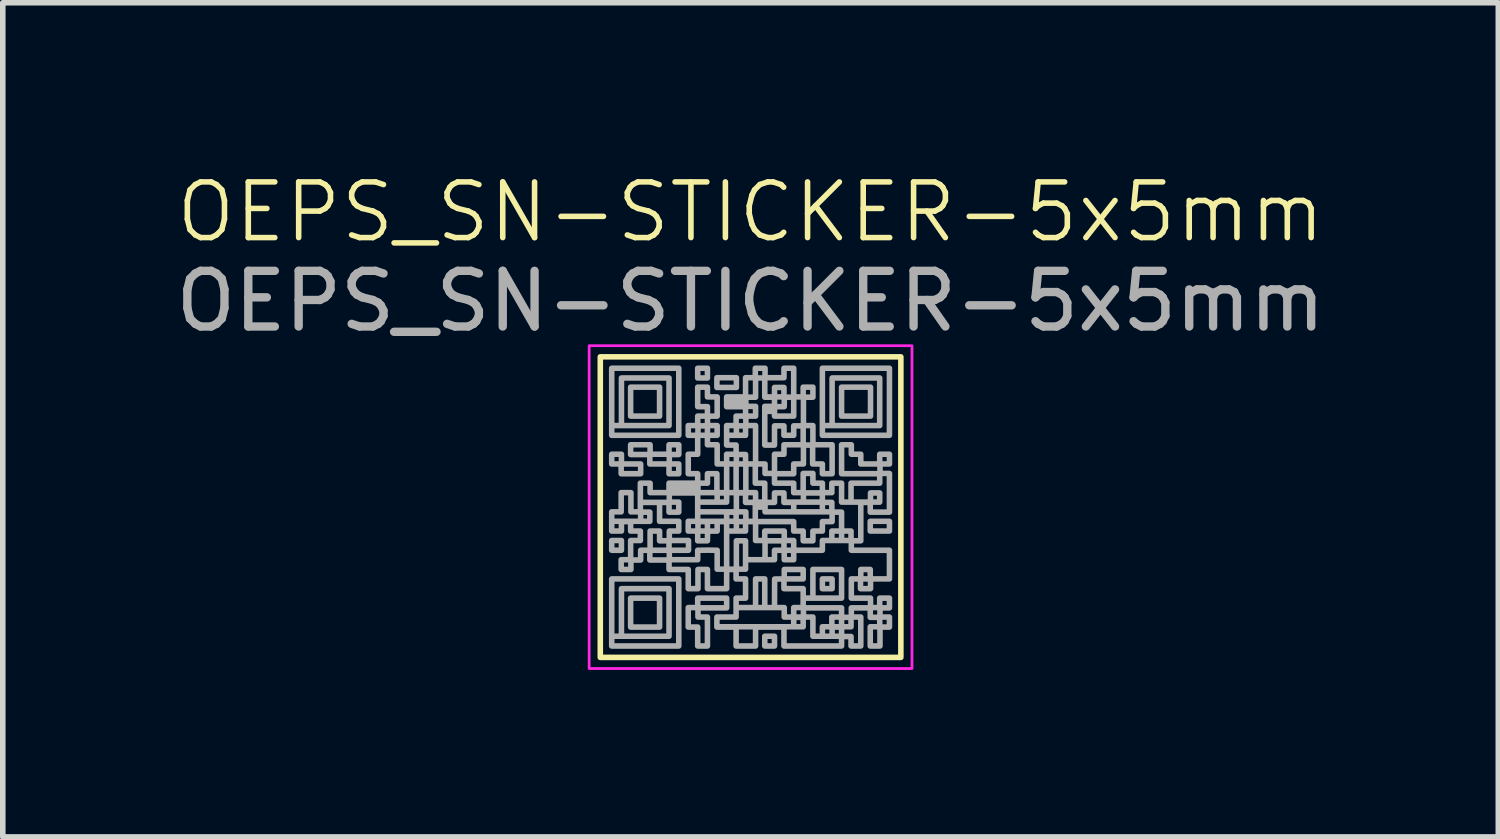
<source format=kicad_pcb>
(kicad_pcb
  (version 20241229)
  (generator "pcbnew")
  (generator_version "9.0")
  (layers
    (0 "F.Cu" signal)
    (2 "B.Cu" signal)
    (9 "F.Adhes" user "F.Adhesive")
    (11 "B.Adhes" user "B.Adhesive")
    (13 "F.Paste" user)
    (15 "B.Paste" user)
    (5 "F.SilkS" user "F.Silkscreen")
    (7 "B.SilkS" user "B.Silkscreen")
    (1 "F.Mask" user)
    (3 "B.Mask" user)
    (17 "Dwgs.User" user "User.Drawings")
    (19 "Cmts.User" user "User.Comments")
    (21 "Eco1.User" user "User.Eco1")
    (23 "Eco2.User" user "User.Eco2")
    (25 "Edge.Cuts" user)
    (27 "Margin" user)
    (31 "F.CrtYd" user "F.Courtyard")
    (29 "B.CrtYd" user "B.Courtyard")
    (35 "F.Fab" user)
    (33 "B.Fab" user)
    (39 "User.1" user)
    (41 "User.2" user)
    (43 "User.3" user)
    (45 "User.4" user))
  (footprint "OEPS_SN-STICKER-5x5mm"
    (layer "F.Cu")
    (at 10.435 6.061)
    (property "Reference" "OEPS_SN-STICKER-5x5mm" (at 0 -5.3 0) (unlocked yes) (layer "F.SilkS") (effects (font (size 1 1) (thickness 0.1))))
    (attr smd exclude_from_pos_files exclude_from_bom dnp)
    (fp_rect (start -2.7 -2.7) (end 2.7 2.7) (stroke (width 0.1) (type default)) (fill no) (layer "F.SilkS"))
    (fp_rect (start -2.9 -2.9) (end 2.9 2.9) (stroke (width 0.05) (type default)) (fill no) (layer "F.CrtYd"))
    (fp_poly (pts (xy -2.32 0.688) (xy -2.32 0.775) (xy -2.408 0.775) (xy -2.495 0.775) (xy -2.495 0.688) (xy -2.495 0.6) (xy -2.408 0.6) (xy -2.32 0.6)) (stroke (width 0.1) (type solid)) (fill no) (layer "F.Fab"))
    (fp_poly (pts (xy -1.635 -1.895) (xy -1.635 -1.635) (xy -1.895 -1.635) (xy -2.155 -1.635) (xy -2.155 -1.895) (xy -2.155 -2.155) (xy -1.895 -2.155) (xy -1.635 -2.155)) (stroke (width 0.1) (type solid)) (fill no) (layer "F.Fab"))
    (fp_poly (pts (xy -1.635 1.895) (xy -1.635 2.155) (xy -1.895 2.155) (xy -2.155 2.155) (xy -2.155 1.895) (xy -2.155 1.635) (xy -1.895 1.635) (xy -1.635 1.635)) (stroke (width 0.1) (type solid)) (fill no) (layer "F.Fab"))
    (fp_poly (pts (xy -0.775 -2.408) (xy -0.775 -2.32) (xy -0.863 -2.32) (xy -0.95 -2.32) (xy -0.95 -2.408) (xy -0.95 -2.495) (xy -0.863 -2.495) (xy -0.775 -2.495)) (stroke (width 0.1) (type solid)) (fill no) (layer "F.Fab"))
    (fp_poly (pts (xy -0.255 -2.237) (xy -0.255 -2.15) (xy -0.43 -2.15) (xy -0.605 -2.15) (xy -0.605 -2.237) (xy -0.605 -2.325) (xy -0.43 -2.325) (xy -0.255 -2.325)) (stroke (width 0.1) (type solid)) (fill no) (layer "F.Fab"))
    (fp_poly (pts (xy 0.43 2.408) (xy 0.43 2.495) (xy 0.343 2.495) (xy 0.255 2.495) (xy 0.255 2.408) (xy 0.255 2.32) (xy 0.343 2.32) (xy 0.43 2.32)) (stroke (width 0.1) (type solid)) (fill no) (layer "F.Fab"))
    (fp_poly (pts (xy 1.465 1.377) (xy 1.465 1.465) (xy 1.377 1.465) (xy 1.29 1.465) (xy 1.29 1.377) (xy 1.29 1.29) (xy 1.377 1.29) (xy 1.465 1.29)) (stroke (width 0.1) (type solid)) (fill no) (layer "F.Fab"))
    (fp_poly (pts (xy 2.155 -1.895) (xy 2.155 -1.635) (xy 1.895 -1.635) (xy 1.635 -1.635) (xy 1.635 -1.895) (xy 1.635 -2.155) (xy 1.895 -2.155) (xy 2.155 -2.155)) (stroke (width 0.1) (type solid)) (fill no) (layer "F.Fab"))
    (fp_poly (pts (xy 2.495 0.343) (xy 2.495 0.43) (xy 2.322 0.43) (xy 2.15 0.43) (xy 2.15 0.343) (xy 2.15 0.255) (xy 2.322 0.255) (xy 2.495 0.255)) (stroke (width 0.1) (type solid)) (fill no) (layer "F.Fab"))
    (fp_poly (pts (xy -2.32 -0.863) (xy -2.32 -0.775) (xy -2.147 -0.775) (xy -1.975 -0.775) (xy -1.975 -0.688) (xy -1.975 -0.6) (xy -2.15 -0.6) (xy -2.325 -0.6) (xy -2.325 -0.688) (xy -2.325 -0.775) (xy -2.41 -0.775) (xy -2.495 -0.775) (xy -2.495 -0.863) (xy -2.495 -0.95) (xy -2.408 -0.95) (xy -2.32 -0.95)) (stroke (width 0.1) (type solid)) (fill no) (layer "F.Fab"))
    (fp_poly (pts (xy -1.29 -1.893) (xy -1.29 -1.29) (xy -1.893 -1.29) (xy -2.495 -1.29) (xy -2.495 -1.893) (xy -2.32 -1.893) (xy -2.32 -1.465) (xy -1.893 -1.465) (xy -1.465 -1.465) (xy -1.465 -1.893) (xy -1.465 -2.32) (xy -1.893 -2.32) (xy -2.32 -2.32) (xy -2.32 -1.893) (xy -2.495 -1.893) (xy -2.495 -2.495) (xy -1.893 -2.495) (xy -1.29 -2.495)) (stroke (width 0.1) (type solid)) (fill no) (layer "F.Fab"))
    (fp_poly (pts (xy -1.29 1.893) (xy -1.29 2.495) (xy -1.893 2.495) (xy -2.495 2.495) (xy -2.495 1.893) (xy -2.32 1.893) (xy -2.32 2.32) (xy -1.893 2.32) (xy -1.465 2.32) (xy -1.465 1.893) (xy -1.465 1.465) (xy -1.893 1.465) (xy -2.32 1.465) (xy -2.32 1.893) (xy -2.495 1.893) (xy -2.495 1.29) (xy -1.893 1.29) (xy -1.29 1.29)) (stroke (width 0.1) (type solid)) (fill no) (layer "F.Fab"))
    (fp_poly (pts (xy 2.495 -1.893) (xy 2.495 -1.29) (xy 1.893 -1.29) (xy 1.29 -1.29) (xy 1.29 -1.893) (xy 1.465 -1.893) (xy 1.465 -1.465) (xy 1.893 -1.465) (xy 2.32 -1.465) (xy 2.32 -1.893) (xy 2.32 -2.32) (xy 1.893 -2.32) (xy 1.465 -2.32) (xy 1.465 -1.893) (xy 1.29 -1.893) (xy 1.29 -2.495) (xy 1.893 -2.495) (xy 2.495 -2.495)) (stroke (width 0.1) (type solid)) (fill no) (layer "F.Fab"))
    (fp_poly (pts (xy -0.43 1.722) (xy -0.43 1.81) (xy -0.688 1.81) (xy -0.945 1.81) (xy -0.945 1.893) (xy -0.945 1.975) (xy -0.86 1.975) (xy -0.775 1.975) (xy -0.775 2.062) (xy -0.775 2.1) (xy -0.775 2.144) (xy -0.775 2.188) (xy -0.775 2.227) (xy -0.775 2.237) (xy -0.775 2.275) (xy -0.775 2.318) (xy -0.775 2.361) (xy -0.775 2.4) (xy -0.775 2.41) (xy -0.775 2.495) (xy -0.863 2.495) (xy -0.95 2.495) (xy -0.95 2.325) (xy -0.95 2.155) (xy -1.035 2.155) (xy -1.12 2.155) (xy -1.12 1.98) (xy -1.12 1.805) (xy -1.035 1.805) (xy -0.95 1.805) (xy -0.95 1.72) (xy -0.95 1.635) (xy -0.69 1.635) (xy -0.43 1.635)) (stroke (width 0.1) (type solid)) (fill no) (layer "F.Fab"))
    (fp_poly (pts (xy -1.805 -1.035) (xy -1.805 -0.95) (xy -1.635 -0.95) (xy -1.465 -0.95) (xy -1.465 -1.035) (xy -1.465 -1.12) (xy -1.377 -1.12) (xy -1.29 -1.12) (xy -1.29 -1.032) (xy -1.29 -0.945) (xy -1.375 -0.945) (xy -1.46 -0.945) (xy -1.46 -0.86) (xy -1.46 -0.775) (xy -1.375 -0.775) (xy -1.29 -0.775) (xy -1.29 -0.688) (xy -1.29 -0.6) (xy -1.377 -0.6) (xy -1.465 -0.6) (xy -1.465 -0.688) (xy -1.465 -0.775) (xy -1.549 -0.775) (xy -1.585 -0.775) (xy -1.626 -0.775) (xy -1.669 -0.775) (xy -1.709 -0.775) (xy -1.721 -0.775) (xy -1.81 -0.775) (xy -1.81 -0.86) (xy -1.81 -0.945) (xy -1.982 -0.945) (xy -2.155 -0.945) (xy -2.155 -1.032) (xy -2.155 -1.12) (xy -1.98 -1.12) (xy -1.805 -1.12)) (stroke (width 0.1) (type solid)) (fill no) (layer "F.Fab"))
    (fp_poly (pts (xy 0.26 -2.41) (xy 0.26 -2.325) (xy 0.43 -2.325) (xy 0.6 -2.325) (xy 0.6 -2.41) (xy 0.6 -2.495) (xy 0.688 -2.495) (xy 0.775 -2.495) (xy 0.775 -2.237) (xy 0.775 -1.98) (xy 0.86 -1.98) (xy 0.945 -1.98) (xy 0.945 -2.067) (xy 0.945 -2.155) (xy 1.032 -2.155) (xy 1.12 -2.155) (xy 1.12 -2.065) (xy 1.12 -1.975) (xy 1.035 -1.975) (xy 0.95 -1.975) (xy 0.95 -1.72) (xy 0.95 -1.465) (xy 1.035 -1.465) (xy 1.12 -1.465) (xy 1.12 -1.292) (xy 1.12 -1.12) (xy 1.292 -1.12) (xy 1.465 -1.12) (xy 1.465 -0.86) (xy 1.465 -0.6) (xy 1.377 -0.6) (xy 1.29 -0.6) (xy 1.29 -0.688) (xy 1.29 -0.775) (xy 1.202 -0.775) (xy 1.115 -0.775) (xy 1.115 -0.945) (xy 1.115 -1.115) (xy 1.032 -1.115) (xy 0.95 -1.115) (xy 0.95 -0.945) (xy 0.95 -0.775) (xy 0.863 -0.775) (xy 0.775 -0.775) (xy 0.775 -0.688) (xy 0.775 -0.6) (xy 0.603 -0.6) (xy 0.43 -0.6) (xy 0.43 -0.515) (xy 0.43 -0.43) (xy 0.603 -0.43) (xy 0.775 -0.43) (xy 0.775 -0.345) (xy 0.775 -0.26) (xy 0.86 -0.26) (xy 0.945 -0.26) (xy 0.945 -0.432) (xy 0.945 -0.605) (xy 1.032 -0.605) (xy 1.12 -0.605) (xy 1.12 -0.517) (xy 1.12 -0.43) (xy 1.205 -0.43) (xy 1.29 -0.43) (xy 1.29 -0.345) (xy 1.29 -0.26) (xy 1.375 -0.26) (xy 1.46 -0.26) (xy 1.46 -0.345) (xy 1.46 -0.43) (xy 1.548 -0.43) (xy 1.635 -0.43) (xy 1.635 -0.26) (xy 1.635 -0.09) (xy 1.72 -0.09) (xy 1.805 -0.09) (xy 1.805 -0.172) (xy 2.155 -0.172) (xy 2.155 -0.09) (xy 2.237 -0.09) (xy 2.32 -0.09) (xy 2.32 -0.172) (xy 2.32 -0.255) (xy 2.237 -0.255) (xy 2.155 -0.255) (xy 2.155 -0.172) (xy 1.805 -0.172) (xy 1.805 -0.26) (xy 1.805 -0.43) (xy 2.062 -0.43) (xy 2.32 -0.43) (xy 2.32 -0.515) (xy 2.32 -0.6) (xy 1.978 -0.6) (xy 1.635 -0.6) (xy 1.635 -0.86) (xy 1.635 -1.12) (xy 1.722 -1.12) (xy 1.81 -1.12) (xy 1.81 -1.035) (xy 1.81 -0.95) (xy 1.895 -0.95) (xy 1.98 -0.95) (xy 1.98 -0.863) (xy 1.98 -0.775) (xy 2.15 -0.775) (xy 2.32 -0.775) (xy 2.32 -0.863) (xy 2.32 -0.95) (xy 2.408 -0.95) (xy 2.495 -0.95) (xy 2.495 -0.863) (xy 2.495 -0.775) (xy 2.41 -0.775) (xy 2.325 -0.775) (xy 2.325 -0.69) (xy 2.325 -0.605) (xy 2.41 -0.605) (xy 2.495 -0.605) (xy 2.495 -0.258) (xy 2.495 0.09) (xy 2.322 0.09) (xy 2.15 0.09) (xy 2.15 0.003) (xy 2.15 -0.085) (xy 2.065 -0.085) (xy 1.98 -0.085) (xy 1.98 0.26) (xy 1.98 0.605) (xy 1.895 0.605) (xy 1.81 0.605) (xy 1.81 0.69) (xy 1.81 0.775) (xy 2.066 0.775) (xy 2.119 0.775) (xy 2.173 0.775) (xy 2.224 0.775) (xy 2.273 0.775) (xy 2.317 0.775) (xy 2.355 0.775) (xy 2.386 0.775) (xy 2.409 0.775) (xy 2.409 0.775) (xy 2.495 0.775) (xy 2.495 1.032) (xy 2.495 1.29) (xy 2.409 1.29) (xy 2.371 1.29) (xy 2.329 1.29) (xy 2.286 1.29) (xy 2.248 1.29) (xy 2.239 1.29) (xy 2.155 1.29) (xy 2.155 1.377) (xy 2.155 1.465) (xy 2.065 1.465) (xy 1.975 1.465) (xy 1.975 1.377) (xy 1.975 1.29) (xy 1.893 1.29) (xy 1.81 1.29) (xy 1.81 1.462) (xy 1.81 1.635) (xy 1.982 1.635) (xy 2.155 1.635) (xy 2.155 1.72) (xy 2.155 1.805) (xy 2.237 1.805) (xy 2.32 1.805) (xy 2.32 1.72) (xy 2.32 1.635) (xy 2.408 1.635) (xy 2.495 1.635) (xy 2.495 1.722) (xy 2.495 1.81) (xy 2.41 1.81) (xy 2.325 1.81) (xy 2.325 1.893) (xy 2.325 1.975) (xy 2.41 1.975) (xy 2.495 1.975) (xy 2.495 2.065) (xy 2.495 2.155) (xy 2.41 2.155) (xy 2.325 2.155) (xy 2.325 2.325) (xy 2.325 2.495) (xy 2.237 2.495) (xy 2.15 2.495) (xy 2.15 2.322) (xy 2.15 2.15) (xy 2.235 2.15) (xy 2.32 2.15) (xy 2.32 2.065) (xy 2.32 1.98) (xy 2.235 1.98) (xy 2.15 1.98) (xy 2.15 1.895) (xy 2.15 1.81) (xy 1.98 1.81) (xy 1.81 1.81) (xy 1.81 1.893) (xy 1.81 1.975) (xy 1.895 1.975) (xy 1.98 1.975) (xy 1.98 2.235) (xy 1.98 2.495) (xy 1.893 2.495) (xy 1.805 2.495) (xy 1.805 2.41) (xy 1.805 2.325) (xy 1.72 2.325) (xy 1.635 2.325) (xy 1.635 2.41) (xy 1.635 2.495) (xy 1.117 2.495) (xy 0.6 2.495) (xy 0.6 2.325) (xy 0.6 2.155) (xy 0.345 2.155) (xy 0.09 2.155) (xy 0.09 2.325) (xy 0.09 2.495) (xy -0.085 2.495) (xy -0.26 2.495) (xy -0.26 2.325) (xy -0.26 2.155) (xy -0.432 2.155) (xy -0.605 2.155) (xy -0.605 2.065) (xy 0.775 2.065) (xy 0.775 2.15) (xy 0.86 2.15) (xy 0.945 2.15) (xy 0.945 2.065) (xy 0.945 1.98) (xy 0.86 1.98) (xy 0.775 1.98) (xy 0.775 2.065) (xy -0.605 2.065) (xy -0.605 1.975) (xy -0.432 1.975) (xy -0.26 1.975) (xy -0.26 1.805) (xy -0.26 1.635) (xy -0.175 1.635) (xy -0.09 1.635) (xy -0.09 1.548) (xy 0.09 1.548) (xy 0.09 1.805) (xy 0.172 1.805) (xy 0.255 1.805) (xy 0.43 1.805) (xy 0.517 1.805) (xy 0.605 1.805) (xy 0.605 1.89) (xy 0.605 1.975) (xy 0.69 1.975) (xy 0.775 1.975) (xy 0.775 1.893) (xy 0.95 1.893) (xy 0.95 1.975) (xy 1.035 1.975) (xy 1.12 1.975) (xy 1.12 2.147) (xy 1.12 2.32) (xy 1.205 2.32) (xy 1.29 2.32) (xy 1.29 2.237) (xy 1.465 2.237) (xy 1.465 2.32) (xy 1.55 2.32) (xy 1.635 2.32) (xy 1.635 2.237) (xy 1.635 2.155) (xy 1.55 2.155) (xy 1.465 2.155) (xy 1.465 2.237) (xy 1.29 2.237) (xy 1.29 2.235) (xy 1.29 2.15) (xy 1.375 2.15) (xy 1.46 2.15) (xy 1.46 2.065) (xy 1.635 2.065) (xy 1.635 2.15) (xy 1.72 2.15) (xy 1.805 2.15) (xy 1.805 2.065) (xy 1.805 1.98) (xy 1.72 1.98) (xy 1.635 1.98) (xy 1.635 2.065) (xy 1.46 2.065) (xy 1.46 2.062) (xy 1.46 1.975) (xy 1.548 1.975) (xy 1.635 1.975) (xy 1.635 1.893) (xy 1.635 1.81) (xy 1.292 1.81) (xy 0.95 1.81) (xy 0.95 1.893) (xy 0.775 1.893) (xy 0.775 1.89) (xy 0.775 1.805) (xy 0.86 1.805) (xy 0.945 1.805) (xy 0.945 1.635) (xy 0.945 1.465) (xy 0.772 1.465) (xy 0.6 1.465) (xy 0.6 1.377) (xy 1.12 1.377) (xy 1.12 1.635) (xy 1.377 1.635) (xy 1.635 1.635) (xy 1.635 1.377) (xy 1.635 1.205) (xy 1.98 1.205) (xy 1.98 1.29) (xy 2.065 1.29) (xy 2.15 1.29) (xy 2.15 1.205) (xy 2.15 1.12) (xy 2.065 1.12) (xy 1.98 1.12) (xy 1.98 1.205) (xy 1.635 1.205) (xy 1.635 1.12) (xy 1.377 1.12) (xy 1.12 1.12) (xy 1.12 1.377) (xy 0.6 1.377) (xy 0.6 1.377) (xy 0.6 1.29) (xy 0.516 1.291) (xy 0.432 1.292) (xy 0.431 1.549) (xy 0.43 1.805) (xy 0.255 1.805) (xy 0.255 1.548) (xy 0.255 1.29) (xy 0.172 1.29) (xy 0.09 1.29) (xy 0.09 1.548) (xy -0.09 1.548) (xy -0.09 1.462) (xy -0.09 1.29) (xy -0.175 1.29) (xy -0.26 1.29) (xy -0.26 1.205) (xy 0.605 1.205) (xy 0.605 1.29) (xy 0.775 1.29) (xy 0.945 1.29) (xy 0.945 1.205) (xy 0.945 1.12) (xy 0.775 1.12) (xy 0.605 1.12) (xy 0.605 1.205) (xy -0.26 1.205) (xy -0.26 1.12) (xy -0.345 1.12) (xy -0.43 1.12) (xy -0.43 1.292) (xy -0.43 1.465) (xy -0.603 1.465) (xy -0.775 1.465) (xy -0.775 1.292) (xy -0.775 1.12) (xy -0.86 1.12) (xy -0.945 1.12) (xy -0.945 1.292) (xy -0.945 1.465) (xy -1.032 1.465) (xy -1.12 1.465) (xy -1.12 1.292) (xy -1.12 1.12) (xy -1.292 1.12) (xy -1.465 1.12) (xy -1.465 1.035) (xy -1.465 0.95) (xy -1.637 0.95) (xy -1.81 0.95) (xy -1.81 0.863) (xy -1.81 0.775) (xy -1.893 0.775) (xy -1.975 0.775) (xy -1.975 0.863) (xy -1.975 0.95) (xy -2.062 0.95) (xy -2.15 0.95) (xy -2.15 1.035) (xy -2.15 1.12) (xy -2.237 1.12) (xy -2.325 1.12) (xy -2.325 1.032) (xy -2.325 0.945) (xy -2.24 0.945) (xy -2.155 0.945) (xy -2.155 0.772) (xy -2.155 0.602) (xy -1.805 0.602) (xy -1.805 0.775) (xy -1.635 0.775) (xy -1.465 0.775) (xy -1.465 0.69) (xy -1.465 0.605) (xy -1.55 0.605) (xy -1.635 0.605) (xy -1.635 0.517) (xy -1.635 0.43) (xy -1.72 0.43) (xy -1.805 0.43) (xy -1.805 0.602) (xy -2.155 0.602) (xy -2.155 0.6) (xy -2.067 0.6) (xy -1.98 0.6) (xy -1.98 0.515) (xy -1.98 0.43) (xy -2.067 0.43) (xy -2.155 0.43) (xy -2.155 0.345) (xy -2.155 0.26) (xy -2.237 0.26) (xy -2.32 0.26) (xy -2.32 0.345) (xy -2.32 0.43) (xy -2.408 0.43) (xy -2.495 0.43) (xy -2.495 0.258) (xy -2.495 0.172) (xy -1.975 0.172) (xy -1.975 0.255) (xy -1.893 0.255) (xy -1.81 0.255) (xy -1.81 0.172) (xy -1.81 0.09) (xy -1.893 0.09) (xy -1.975 0.09) (xy -1.975 0.172) (xy -2.495 0.172) (xy -2.495 0.085) (xy -2.41 0.085) (xy -2.325 0.085) (xy -2.325 -0.087) (xy -2.325 -0.26) (xy -2.237 -0.26) (xy -2.15 -0.26) (xy -2.15 -0.087) (xy -2.15 0.085) (xy -2.065 0.085) (xy -1.98 0.085) (xy -1.98 -0.085) (xy -1.635 -0.085) (xy -1.635 0.085) (xy -1.635 0.255) (xy -1.462 0.255) (xy -1.29 0.255) (xy -1.29 0.343) (xy -1.29 0.43) (xy -1.375 0.43) (xy -1.46 0.43) (xy -1.46 0.515) (xy -1.46 0.6) (xy -1.288 0.6) (xy -1.115 0.6) (xy -1.115 0.688) (xy -1.115 0.775) (xy -1.288 0.775) (xy -1.46 0.775) (xy -1.46 0.86) (xy -1.46 0.945) (xy -1.205 0.945) (xy -0.95 0.945) (xy -0.95 0.86) (xy -0.95 0.775) (xy -0.859 0.774) (xy -0.821 0.774) (xy -0.779 0.773) (xy -0.736 0.773) (xy -0.698 0.774) (xy -0.684 0.774) (xy -0.6 0.775) (xy -0.6 0.945) (xy -0.6 1.115) (xy -0.515 1.115) (xy -0.43 1.115) (xy -0.43 0.86) (xy -0.255 0.86) (xy -0.255 1.115) (xy -0.172 1.115) (xy -0.09 1.115) (xy -0.09 0.86) (xy -0.09 0.775) (xy 0.26 0.775) (xy 0.26 0.945) (xy 0.345 0.945) (xy 0.43 0.945) (xy 0.43 0.86) (xy 0.43 0.775) (xy 0.515 0.775) (xy 0.6 0.775) (xy 0.6 0.69) (xy 0.6 0.605) (xy 0.43 0.605) (xy 0.26 0.605) (xy 0.26 0.775) (xy -0.09 0.775) (xy -0.09 0.605) (xy -0.172 0.605) (xy -0.255 0.605) (xy -0.255 0.86) (xy -0.43 0.86) (xy -0.43 0.688) (xy -0.43 0.345) (xy -0.255 0.345) (xy -0.255 0.43) (xy -0.172 0.43) (xy -0.09 0.43) (xy -0.09 0.345) (xy -0.09 0.26) (xy 0.09 0.26) (xy 0.09 0.43) (xy 0.09 0.6) (xy 0.172 0.6) (xy 0.255 0.6) (xy 0.255 0.515) (xy 0.255 0.43) (xy 0.43 0.43) (xy 0.605 0.43) (xy 0.605 0.515) (xy 0.605 0.6) (xy 0.69 0.6) (xy 0.775 0.6) (xy 0.775 0.688) (xy 0.775 0.775) (xy 0.69 0.775) (xy 0.605 0.775) (xy 0.605 0.86) (xy 0.605 0.945) (xy 0.69 0.945) (xy 0.775 0.945) (xy 0.775 0.86) (xy 0.775 0.775) (xy 0.861 0.775) (xy 0.888 0.775) (xy 0.923 0.775) (xy 0.964 0.775) (xy 1.008 0.775) (xy 1.054 0.775) (xy 1.101 0.775) (xy 1.119 0.775) (xy 1.29 0.775) (xy 1.29 0.688) (xy 1.29 0.6) (xy 1.375 0.6) (xy 1.46 0.6) (xy 1.46 0.515) (xy 1.635 0.515) (xy 1.635 0.6) (xy 1.72 0.6) (xy 1.805 0.6) (xy 1.805 0.515) (xy 1.805 0.43) (xy 1.72 0.43) (xy 1.635 0.43) (xy 1.635 0.515) (xy 1.46 0.515) (xy 1.46 0.43) (xy 1.548 0.43) (xy 1.635 0.43) (xy 1.635 0.26) (xy 1.635 0.09) (xy 1.55 0.09) (xy 1.465 0.09) (xy 1.465 0.175) (xy 1.465 0.26) (xy 1.377 0.26) (xy 1.29 0.26) (xy 1.29 0.345) (xy 1.29 0.43) (xy 1.205 0.43) (xy 1.12 0.43) (xy 1.12 0.517) (xy 1.12 0.605) (xy 1.032 0.605) (xy 0.945 0.605) (xy 0.945 0.517) (xy 0.945 0.43) (xy 0.86 0.43) (xy 0.775 0.43) (xy 0.775 0.345) (xy 0.775 0.26) (xy 0.432 0.26) (xy 0.09 0.26) (xy -0.09 0.26) (xy -0.172 0.26) (xy -0.255 0.26) (xy -0.255 0.345) (xy -0.43 0.345) (xy -0.43 0.26) (xy -0.515 0.26) (xy -0.6 0.26) (xy -0.6 0.345) (xy -0.6 0.43) (xy -0.686 0.431) (xy -0.772 0.432) (xy -0.774 0.519) (xy -0.775 0.605) (xy -0.863 0.605) (xy -0.95 0.605) (xy -0.95 0.517) (xy -0.95 0.43) (xy -1.035 0.43) (xy -1.12 0.43) (xy -1.12 0.345) (xy -0.945 0.345) (xy -0.945 0.43) (xy -0.86 0.43) (xy -0.775 0.43) (xy -0.775 0.345) (xy -0.775 0.26) (xy -0.86 0.26) (xy -0.945 0.26) (xy -0.945 0.345) (xy -1.12 0.345) (xy -1.12 0.343) (xy -1.12 0.255) (xy -1.035 0.255) (xy -0.95 0.255) (xy -0.95 0.172) (xy -0.43 0.172) (xy -0.43 0.255) (xy -0.345 0.255) (xy -0.26 0.255) (xy -0.26 0.172) (xy -0.26 0.09) (xy -0.345 0.09) (xy -0.43 0.09) (xy -0.43 0.172) (xy -0.95 0.172) (xy -0.95 0) (xy -0.95 -0.085) (xy -0.255 -0.085) (xy -0.255 0.085) (xy -0.17 0.085) (xy -0.085 0.085) (xy -0.085 0.17) (xy -0.085 0.255) (xy 0 0.255) (xy 0.085 0.255) (xy 0.085 0.085) (xy 0.085 -0.085) (xy 0.26 -0.085) (xy 0.26 0) (xy 0.26 0.085) (xy 0.517 0.085) (xy 0.775 0.085) (xy 0.775 0) (xy 1.29 0) (xy 1.29 0.085) (xy 1.375 0.085) (xy 1.46 0.085) (xy 1.46 0) (xy 1.46 -0.085) (xy 1.375 -0.085) (xy 1.29 -0.085) (xy 1.29 0) (xy 0.775 0) (xy 0.775 -0.085) (xy 0.688 -0.085) (xy 0.6 -0.085) (xy 0.6 -0.17) (xy 0.6 -0.172) (xy 0.95 -0.172) (xy 0.95 -0.09) (xy 1.12 -0.09) (xy 1.29 -0.09) (xy 1.29 -0.172) (xy 1.29 -0.255) (xy 1.12 -0.255) (xy 0.95 -0.255) (xy 0.95 -0.172) (xy 0.6 -0.172) (xy 0.6 -0.255) (xy 0.515 -0.255) (xy 0.43 -0.255) (xy 0.43 -0.17) (xy 0.43 -0.085) (xy 0.345 -0.085) (xy 0.26 -0.085) (xy 0.085 -0.085) (xy -0.003 -0.085) (xy -0.09 -0.085) (xy -0.09 -0.17) (xy -0.09 -0.255) (xy -0.172 -0.255) (xy -0.255 -0.255) (xy -0.255 -0.085) (xy -0.95 -0.085) (xy -0.95 -0.172) (xy -0.6 -0.172) (xy -0.6 -0.09) (xy -0.515 -0.09) (xy -0.43 -0.09) (xy -0.43 -0.172) (xy -0.43 -0.255) (xy -0.515 -0.255) (xy -0.6 -0.255) (xy -0.6 -0.172) (xy -0.95 -0.172) (xy -0.95 -0.255) (xy -1.205 -0.255) (xy -1.46 -0.255) (xy -1.46 -0.172) (xy -1.46 -0.09) (xy -1.375 -0.09) (xy -1.29 -0.09) (xy -1.29 0) (xy -1.29 0.09) (xy -1.377 0.09) (xy -1.465 0.09) (xy -1.465 0.003) (xy -1.465 -0.085) (xy -1.55 -0.085) (xy -1.635 -0.085) (xy -1.98 -0.085) (xy -1.98 -0.172) (xy -1.98 -0.43) (xy -1.893 -0.43) (xy -1.805 -0.43) (xy -1.805 -0.345) (xy -1.805 -0.26) (xy -1.635 -0.26) (xy -1.465 -0.26) (xy -1.465 -0.345) (xy -1.465 -0.43) (xy -1.208 -0.43) (xy -0.95 -0.43) (xy -0.945 -0.43) (xy -0.945 -0.345) (xy -0.945 -0.26) (xy -0.775 -0.26) (xy -0.605 -0.26) (xy -0.605 -0.43) (xy -0.605 -0.517) (xy -0.43 -0.517) (xy -0.43 -0.26) (xy -0.345 -0.26) (xy -0.26 -0.26) (xy -0.26 -0.517) (xy -0.085 -0.517) (xy -0.085 -0.26) (xy 0.003 -0.26) (xy 0.09 -0.26) (xy 0.09 -0.175) (xy 0.09 -0.09) (xy 0.172 -0.09) (xy 0.255 -0.09) (xy 0.255 -0.26) (xy 0.255 -0.43) (xy 0.17 -0.43) (xy 0.085 -0.43) (xy 0.085 -0.603) (xy 0.085 -0.775) (xy 0 -0.775) (xy -0.085 -0.775) (xy -0.085 -0.517) (xy -0.26 -0.517) (xy -0.26 -0.775) (xy -0.345 -0.775) (xy -0.43 -0.775) (xy -0.43 -0.517) (xy -0.605 -0.517) (xy -0.605 -0.6) (xy -0.69 -0.6) (xy -0.775 -0.6) (xy -0.775 -0.515) (xy -0.775 -0.43) (xy -0.86 -0.43) (xy -0.945 -0.43) (xy -0.95 -0.43) (xy -0.95 -0.515) (xy -0.95 -0.6) (xy -1.035 -0.6) (xy -1.12 -0.6) (xy -1.12 -0.775) (xy -1.12 -0.95) (xy -1.035 -0.95) (xy -0.95 -0.95) (xy -0.95 -1.12) (xy -0.95 -1.29) (xy -1.035 -1.29) (xy -1.12 -1.29) (xy -1.12 -1.375) (xy -0.945 -1.375) (xy -0.945 -1.29) (xy -0.86 -1.29) (xy -0.775 -1.29) (xy -0.775 -1.375) (xy -0.775 -1.46) (xy -0.86 -1.46) (xy -0.945 -1.46) (xy -0.945 -1.375) (xy -1.12 -1.375) (xy -1.12 -1.377) (xy -1.12 -1.465) (xy -1.035 -1.465) (xy -0.95 -1.465) (xy -0.95 -1.55) (xy -0.95 -1.635) (xy -0.863 -1.635) (xy -0.775 -1.635) (xy -0.775 -1.72) (xy -0.775 -1.805) (xy -0.863 -1.805) (xy -0.95 -1.805) (xy -0.95 -1.98) (xy -0.95 -2.155) (xy -0.863 -2.155) (xy -0.775 -2.155) (xy -0.775 -2.067) (xy -0.775 -1.98) (xy -0.688 -1.98) (xy -0.6 -1.98) (xy -0.6 -1.808) (xy -0.6 -1.635) (xy -0.686 -1.634) (xy -0.772 -1.633) (xy -0.774 -1.549) (xy -0.775 -1.465) (xy -0.688 -1.465) (xy -0.6 -1.465) (xy -0.6 -1.377) (xy -0.6 -1.29) (xy -0.688 -1.29) (xy -0.775 -1.29) (xy -0.775 -1.205) (xy -0.775 -1.12) (xy -0.688 -1.12) (xy -0.6 -1.12) (xy -0.6 -0.948) (xy -0.6 -0.775) (xy -0.515 -0.775) (xy -0.43 -0.775) (xy -0.43 -0.86) (xy -0.255 -0.86) (xy -0.255 -0.775) (xy -0.172 -0.775) (xy -0.09 -0.775) (xy -0.09 -0.86) (xy -0.09 -0.945) (xy -0.172 -0.945) (xy -0.255 -0.945) (xy -0.255 -0.86) (xy -0.43 -0.86) (xy -0.43 -0.863) (xy -0.43 -0.95) (xy -0.345 -0.95) (xy -0.26 -0.95) (xy -0.26 -1.032) (xy -0.26 -1.115) (xy -0.345 -1.115) (xy -0.43 -1.115) (xy -0.43 -1.29) (xy -0.43 -1.375) (xy -0.255 -1.375) (xy -0.255 -1.29) (xy -0.172 -1.29) (xy -0.09 -1.29) (xy -0.09 -1.375) (xy -0.09 -1.46) (xy -0.172 -1.46) (xy -0.255 -1.46) (xy -0.255 -1.375) (xy -0.43 -1.375) (xy -0.43 -1.465) (xy -0.345 -1.465) (xy -0.26 -1.465) (xy -0.26 -1.55) (xy -0.26 -1.635) (xy -0.175 -1.635) (xy -0.09 -1.635) (xy -0.09 -1.72) (xy -0.09 -1.805) (xy -0.26 -1.805) (xy -0.43 -1.805) (xy -0.43 -1.893) (xy -0.43 -1.975) (xy -0.085 -1.975) (xy -0.085 -1.893) (xy -0.085 -1.81) (xy 0.003 -1.81) (xy 0.09 -1.81) (xy 0.09 -1.722) (xy 0.09 -1.635) (xy 0.003 -1.635) (xy -0.085 -1.635) (xy -0.085 -1.55) (xy -0.085 -1.465) (xy 0.003 -1.465) (xy 0.09 -1.465) (xy 0.09 -1.12) (xy 0.09 -0.775) (xy 0.175 -0.775) (xy 0.26 -0.775) (xy 0.26 -0.69) (xy 0.26 -0.605) (xy 0.345 -0.605) (xy 0.43 -0.605) (xy 0.43 -0.777) (xy 0.43 -0.95) (xy 0.515 -0.95) (xy 0.6 -0.95) (xy 0.6 -1.035) (xy 0.6 -1.12) (xy 0.772 -1.12) (xy 0.945 -1.12) (xy 0.945 -1.29) (xy 0.945 -1.46) (xy 0.86 -1.46) (xy 0.775 -1.46) (xy 0.775 -1.375) (xy 0.775 -1.29) (xy 0.688 -1.29) (xy 0.6 -1.29) (xy 0.6 -1.375) (xy 0.6 -1.46) (xy 0.515 -1.46) (xy 0.43 -1.46) (xy 0.43 -1.288) (xy 0.43 -1.115) (xy 0.343 -1.115) (xy 0.255 -1.115) (xy 0.255 -1.462) (xy 0.255 -1.805) (xy 0.43 -1.805) (xy 0.43 -1.72) (xy 0.43 -1.635) (xy 0.602 -1.635) (xy 0.775 -1.635) (xy 0.775 -1.805) (xy 0.775 -1.975) (xy 0.69 -1.975) (xy 0.605 -1.975) (xy 0.605 -1.89) (xy 0.605 -1.805) (xy 0.517 -1.805) (xy 0.43 -1.805) (xy 0.255 -1.805) (xy 0.255 -1.81) (xy 0.343 -1.81) (xy 0.43 -1.81) (xy 0.43 -1.893) (xy 0.43 -1.975) (xy 0.343 -1.975) (xy 0.255 -1.975) (xy 0.255 -2.065) (xy 0.43 -2.065) (xy 0.43 -1.98) (xy 0.515 -1.98) (xy 0.6 -1.98) (xy 0.6 -2.065) (xy 0.6 -2.15) (xy 0.515 -2.15) (xy 0.43 -2.15) (xy 0.43 -2.065) (xy 0.255 -2.065) (xy 0.255 -2.147) (xy 0.255 -2.32) (xy 0.172 -2.32) (xy 0.09 -2.32) (xy 0.09 -2.147) (xy 0.09 -1.975) (xy 0.003 -1.975) (xy -0.085 -1.975) (xy -0.43 -1.975) (xy -0.43 -1.98) (xy -0.26 -1.98) (xy -0.09 -1.98) (xy -0.09 -2.152) (xy -0.09 -2.325) (xy -0.003 -2.325) (xy 0.085 -2.325) (xy 0.085 -2.41) (xy 0.085 -2.495) (xy 0.172 -2.495) (xy 0.26 -2.495)) (stroke (width 0.1) (type solid)) (fill no) (layer "F.Fab"))
    (fp_text user "${REFERENCE}" (at 0 -3.7 0) (layer "F.Fab") (effects (font (size 1 1) (thickness 0.15))))
    (zone (net_name "") (layer "F.Cu") (hatch edge 0.5) (connect_pads) (min_thickness 0.25) (filled_areas_thickness no) (keepout (tracks allowed) (vias allowed) (pads not_allowed) (copperpour allowed) (footprints not_allowed)) (placement (enabled no)) (fill) (polygon (pts (xy 7.735 3.361) (xy 13.135 3.361) (xy 13.135 8.761) (xy 7.735 8.761)))))
  (gr_rect
    (start -3 -3)
    (end 23.869 11.986)
    (stroke (width 0.1) (type default))
    (fill no)
    (layer "Edge.Cuts")))
</source>
